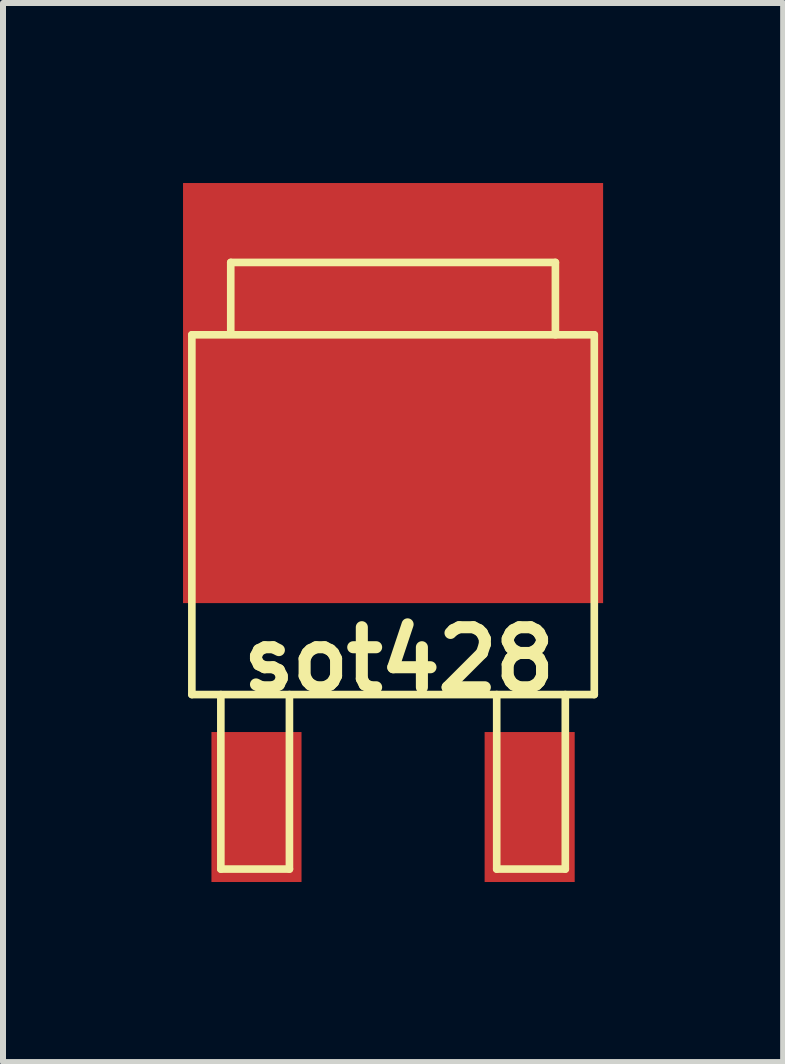
<source format=kicad_pcb>
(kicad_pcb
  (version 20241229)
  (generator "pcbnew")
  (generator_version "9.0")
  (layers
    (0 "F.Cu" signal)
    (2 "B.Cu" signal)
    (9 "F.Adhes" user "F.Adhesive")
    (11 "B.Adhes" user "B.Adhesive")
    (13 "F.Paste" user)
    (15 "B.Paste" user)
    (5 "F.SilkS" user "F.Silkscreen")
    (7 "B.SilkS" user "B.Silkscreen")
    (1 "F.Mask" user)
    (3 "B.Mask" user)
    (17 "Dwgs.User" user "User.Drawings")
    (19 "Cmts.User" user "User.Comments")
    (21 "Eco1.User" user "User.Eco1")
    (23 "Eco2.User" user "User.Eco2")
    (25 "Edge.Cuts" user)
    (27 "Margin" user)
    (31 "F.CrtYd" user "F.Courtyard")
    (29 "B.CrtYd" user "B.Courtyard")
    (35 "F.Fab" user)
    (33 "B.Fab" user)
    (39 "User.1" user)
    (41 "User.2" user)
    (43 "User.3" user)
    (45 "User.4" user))
  (footprint "sot428"
    (layer "F.Cu")
    (at 3.5 6.949)
    (property "Reference" "sot428" (at 0.099 1.001 0) (layer "F.SilkS") (effects (font (size 1.001 1.001) (thickness 0.201))))
    (attr smd)
    (fp_line (start -3.353 -4.42) (end -3.353 1.575) (stroke (width 0.127) (type solid)) (layer "F.SilkS"))
    (fp_line (start -2.87 1.575) (end -2.87 4.483) (stroke (width 0.127) (type solid)) (layer "F.SilkS"))
    (fp_line (start -2.87 4.483) (end -1.727 4.483) (stroke (width 0.127) (type solid)) (layer "F.SilkS"))
    (fp_line (start -2.705 -5.626) (end 2.705 -5.626) (stroke (width 0.127) (type solid)) (layer "F.SilkS"))
    (fp_line (start -2.705 -4.432) (end -2.705 -5.626) (stroke (width 0.127) (type solid)) (layer "F.SilkS"))
    (fp_line (start -1.727 4.483) (end -1.727 1.575) (stroke (width 0.127) (type solid)) (layer "F.SilkS"))
    (fp_line (start 1.727 1.575) (end 1.727 4.483) (stroke (width 0.127) (type solid)) (layer "F.SilkS"))
    (fp_line (start 1.727 4.483) (end 2.87 4.483) (stroke (width 0.127) (type solid)) (layer "F.SilkS"))
    (fp_line (start 2.705 -5.626) (end 2.705 -4.42) (stroke (width 0.127) (type solid)) (layer "F.SilkS"))
    (fp_line (start 2.87 4.483) (end 2.87 1.575) (stroke (width 0.127) (type solid)) (layer "F.SilkS"))
    (fp_line (start 3.353 -4.42) (end -3.353 -4.42) (stroke (width 0.127) (type solid)) (layer "F.SilkS"))
    (fp_line (start 3.353 1.575) (end -3.353 1.575) (stroke (width 0.127) (type solid)) (layer "F.SilkS"))
    (fp_line (start 3.353 1.575) (end 3.353 -4.42) (stroke (width 0.127) (type solid)) (layer "F.SilkS"))
    (pad "D" smd rect (at 0 -3.449) (size 7 7) (layers "F.Cu" "F.Mask" "F.Paste"))
    (pad "G" smd rect (at -2.276 3.449) (size 1.501 2.499) (layers "F.Cu" "F.Mask" "F.Paste"))
    (pad "S" smd rect (at 2.276 3.449) (size 1.501 2.499) (layers "F.Cu" "F.Mask" "F.Paste")))
  (gr_rect
    (start -3 -3)
    (end 10 14.648)
    (stroke (width 0.1) (type default))
    (fill no)
    (layer "Edge.Cuts")))
</source>
